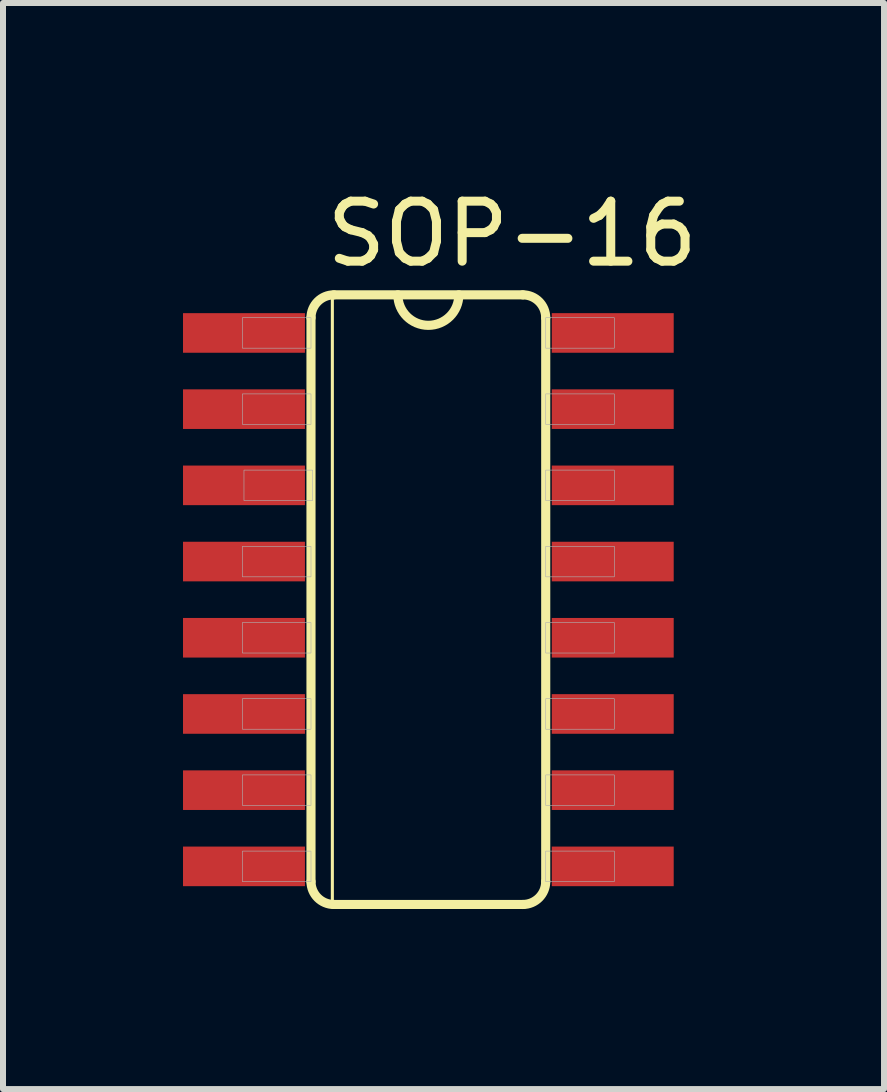
<source format=kicad_pcb>
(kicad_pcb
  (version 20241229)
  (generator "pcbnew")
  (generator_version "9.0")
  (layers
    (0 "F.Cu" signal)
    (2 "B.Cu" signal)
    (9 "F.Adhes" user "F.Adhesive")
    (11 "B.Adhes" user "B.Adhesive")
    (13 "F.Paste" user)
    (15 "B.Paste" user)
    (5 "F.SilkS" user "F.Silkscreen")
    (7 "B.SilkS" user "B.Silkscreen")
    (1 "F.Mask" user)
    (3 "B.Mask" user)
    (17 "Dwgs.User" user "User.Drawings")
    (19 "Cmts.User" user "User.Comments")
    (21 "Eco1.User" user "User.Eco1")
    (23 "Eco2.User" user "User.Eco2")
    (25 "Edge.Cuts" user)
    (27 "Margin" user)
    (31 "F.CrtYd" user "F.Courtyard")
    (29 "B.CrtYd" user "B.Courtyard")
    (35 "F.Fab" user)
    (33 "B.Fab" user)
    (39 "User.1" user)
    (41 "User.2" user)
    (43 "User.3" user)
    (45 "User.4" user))
  (footprint "SOP-16"
    (layer "F.Cu")
    (at 4.089 6.944)
    (property "Reference" "SOP-16" (at 1.397 -6.096 0) (layer "F.SilkS") (effects (font (size 1 1) (thickness 0.15))))
    (attr smd)
    (fp_line (start -1.956 -4.699) (end -1.956 4.699) (stroke (width 0.152) (type solid)) (layer "F.SilkS"))
    (fp_line (start -1.6 -5.08) (end -1.6 5.08) (stroke (width 0.051) (type solid)) (layer "F.SilkS"))
    (fp_line (start -1.575 5.08) (end 1.575 5.08) (stroke (width 0.152) (type solid)) (layer "F.SilkS"))
    (fp_line (start 1.575 -5.08) (end -1.575 -5.08) (stroke (width 0.152) (type solid)) (layer "F.SilkS"))
    (fp_line (start 1.956 4.699) (end 1.956 -4.699) (stroke (width 0.152) (type solid)) (layer "F.SilkS"))
    (fp_arc (start -1.9558 -4.699) (mid -1.844208 -4.968408) (end -1.5748 -5.08) (stroke (width 0.1524) (type solid)) (layer "F.SilkS"))
    (fp_arc (start -1.5748 5.08) (mid -1.844208 4.968408) (end -1.9558 4.699) (stroke (width 0.1524) (type solid)) (layer "F.SilkS"))
    (fp_arc (start 0.508 -5.08) (mid 0 -4.572) (end -0.508 -5.08) (stroke (width 0.1524) (type solid)) (layer "F.SilkS"))
    (fp_arc (start 1.5748 -5.08) (mid 1.844208 -4.968408) (end 1.9558 -4.699) (stroke (width 0.1524) (type solid)) (layer "F.SilkS"))
    (fp_arc (start 1.9558 4.699) (mid 1.844208 4.968408) (end 1.5748 5.08) (stroke (width 0.1524) (type solid)) (layer "F.SilkS"))
    (fp_poly (pts (xy -1.956 -4.699) (xy -1.956 -4.191) (xy -3.099 -4.191) (xy -3.099 -4.699)) (stroke (width 0.01) (type solid)) (fill no) (layer "F.Fab"))
    (fp_poly (pts (xy -1.956 -3.429) (xy -1.956 -2.921) (xy -3.099 -2.921) (xy -3.099 -3.429)) (stroke (width 0.01) (type solid)) (fill no) (layer "F.Fab"))
    (fp_poly (pts (xy -1.956 -0.889) (xy -1.956 -0.381) (xy -3.099 -0.381) (xy -3.099 -0.889)) (stroke (width 0.01) (type solid)) (fill no) (layer "F.Fab"))
    (fp_poly (pts (xy -1.956 0.381) (xy -1.956 0.889) (xy -3.099 0.889) (xy -3.099 0.381)) (stroke (width 0.01) (type solid)) (fill no) (layer "F.Fab"))
    (fp_poly (pts (xy -1.956 1.651) (xy -1.956 2.159) (xy -3.099 2.159) (xy -3.099 1.651)) (stroke (width 0.01) (type solid)) (fill no) (layer "F.Fab"))
    (fp_poly (pts (xy -1.956 2.921) (xy -1.956 3.429) (xy -3.099 3.429) (xy -3.099 2.921)) (stroke (width 0.01) (type solid)) (fill no) (layer "F.Fab"))
    (fp_poly (pts (xy -1.956 4.191) (xy -1.956 4.699) (xy -3.099 4.699) (xy -3.099 4.191)) (stroke (width 0.01) (type solid)) (fill no) (layer "F.Fab"))
    (fp_poly (pts (xy -1.93 -2.159) (xy -1.93 -1.651) (xy -3.073 -1.651) (xy -3.073 -2.159)) (stroke (width 0.01) (type solid)) (fill no) (layer "F.Fab"))
    (fp_poly (pts (xy 3.099 -4.699) (xy 3.099 -4.191) (xy 1.956 -4.191) (xy 1.956 -4.699)) (stroke (width 0.01) (type solid)) (fill no) (layer "F.Fab"))
    (fp_poly (pts (xy 3.099 -3.429) (xy 3.099 -2.921) (xy 1.956 -2.921) (xy 1.956 -3.429)) (stroke (width 0.01) (type solid)) (fill no) (layer "F.Fab"))
    (fp_poly (pts (xy 3.099 -2.159) (xy 3.099 -1.651) (xy 1.956 -1.651) (xy 1.956 -2.159)) (stroke (width 0.01) (type solid)) (fill no) (layer "F.Fab"))
    (fp_poly (pts (xy 3.099 -0.889) (xy 3.099 -0.381) (xy 1.956 -0.381) (xy 1.956 -0.889)) (stroke (width 0.01) (type solid)) (fill no) (layer "F.Fab"))
    (fp_poly (pts (xy 3.099 0.381) (xy 3.099 0.889) (xy 1.956 0.889) (xy 1.956 0.381)) (stroke (width 0.01) (type solid)) (fill no) (layer "F.Fab"))
    (fp_poly (pts (xy 3.099 1.651) (xy 3.099 2.159) (xy 1.956 2.159) (xy 1.956 1.651)) (stroke (width 0.01) (type solid)) (fill no) (layer "F.Fab"))
    (fp_poly (pts (xy 3.099 2.921) (xy 3.099 3.429) (xy 1.956 3.429) (xy 1.956 2.921)) (stroke (width 0.01) (type solid)) (fill no) (layer "F.Fab"))
    (fp_poly (pts (xy 3.099 4.191) (xy 3.099 4.699) (xy 1.956 4.699) (xy 1.956 4.191)) (stroke (width 0.01) (type solid)) (fill no) (layer "F.Fab"))
    (pad "1" smd rect (at -3.073 -4.445) (size 2.032 0.66) (layers "F.Cu" "F.Mask" "F.Paste"))
    (pad "2" smd rect (at -3.073 -3.175) (size 2.032 0.66) (layers "F.Cu" "F.Mask" "F.Paste"))
    (pad "3" smd rect (at -3.073 -1.905) (size 2.032 0.66) (layers "F.Cu" "F.Mask" "F.Paste"))
    (pad "4" smd rect (at -3.073 -0.635) (size 2.032 0.66) (layers "F.Cu" "F.Mask" "F.Paste"))
    (pad "5" smd rect (at -3.073 0.635) (size 2.032 0.66) (layers "F.Cu" "F.Mask" "F.Paste"))
    (pad "6" smd rect (at -3.073 1.905) (size 2.032 0.66) (layers "F.Cu" "F.Mask" "F.Paste"))
    (pad "7" smd rect (at -3.073 3.175) (size 2.032 0.66) (layers "F.Cu" "F.Mask" "F.Paste"))
    (pad "8" smd rect (at -3.073 4.445) (size 2.032 0.66) (layers "F.Cu" "F.Mask" "F.Paste"))
    (pad "9" smd rect (at 3.073 4.445) (size 2.032 0.66) (layers "F.Cu" "F.Mask" "F.Paste"))
    (pad "10" smd rect (at 3.073 3.175) (size 2.032 0.66) (layers "F.Cu" "F.Mask" "F.Paste"))
    (pad "11" smd rect (at 3.073 1.905) (size 2.032 0.66) (layers "F.Cu" "F.Mask" "F.Paste"))
    (pad "12" smd rect (at 3.073 0.635) (size 2.032 0.66) (layers "F.Cu" "F.Mask" "F.Paste"))
    (pad "13" smd rect (at 3.073 -0.635) (size 2.032 0.66) (layers "F.Cu" "F.Mask" "F.Paste"))
    (pad "14" smd rect (at 3.073 -1.905) (size 2.032 0.66) (layers "F.Cu" "F.Mask" "F.Paste"))
    (pad "15" smd rect (at 3.073 -3.175) (size 2.032 0.66) (layers "F.Cu" "F.Mask" "F.Paste"))
    (pad "16" smd rect (at 3.073 -4.445) (size 2.032 0.66) (layers "F.Cu" "F.Mask" "F.Paste")))
  (gr_rect
    (start -3 -3)
    (end 11.683 15.1)
    (stroke (width 0.1) (type default))
    (fill no)
    (layer "Edge.Cuts")))
</source>
